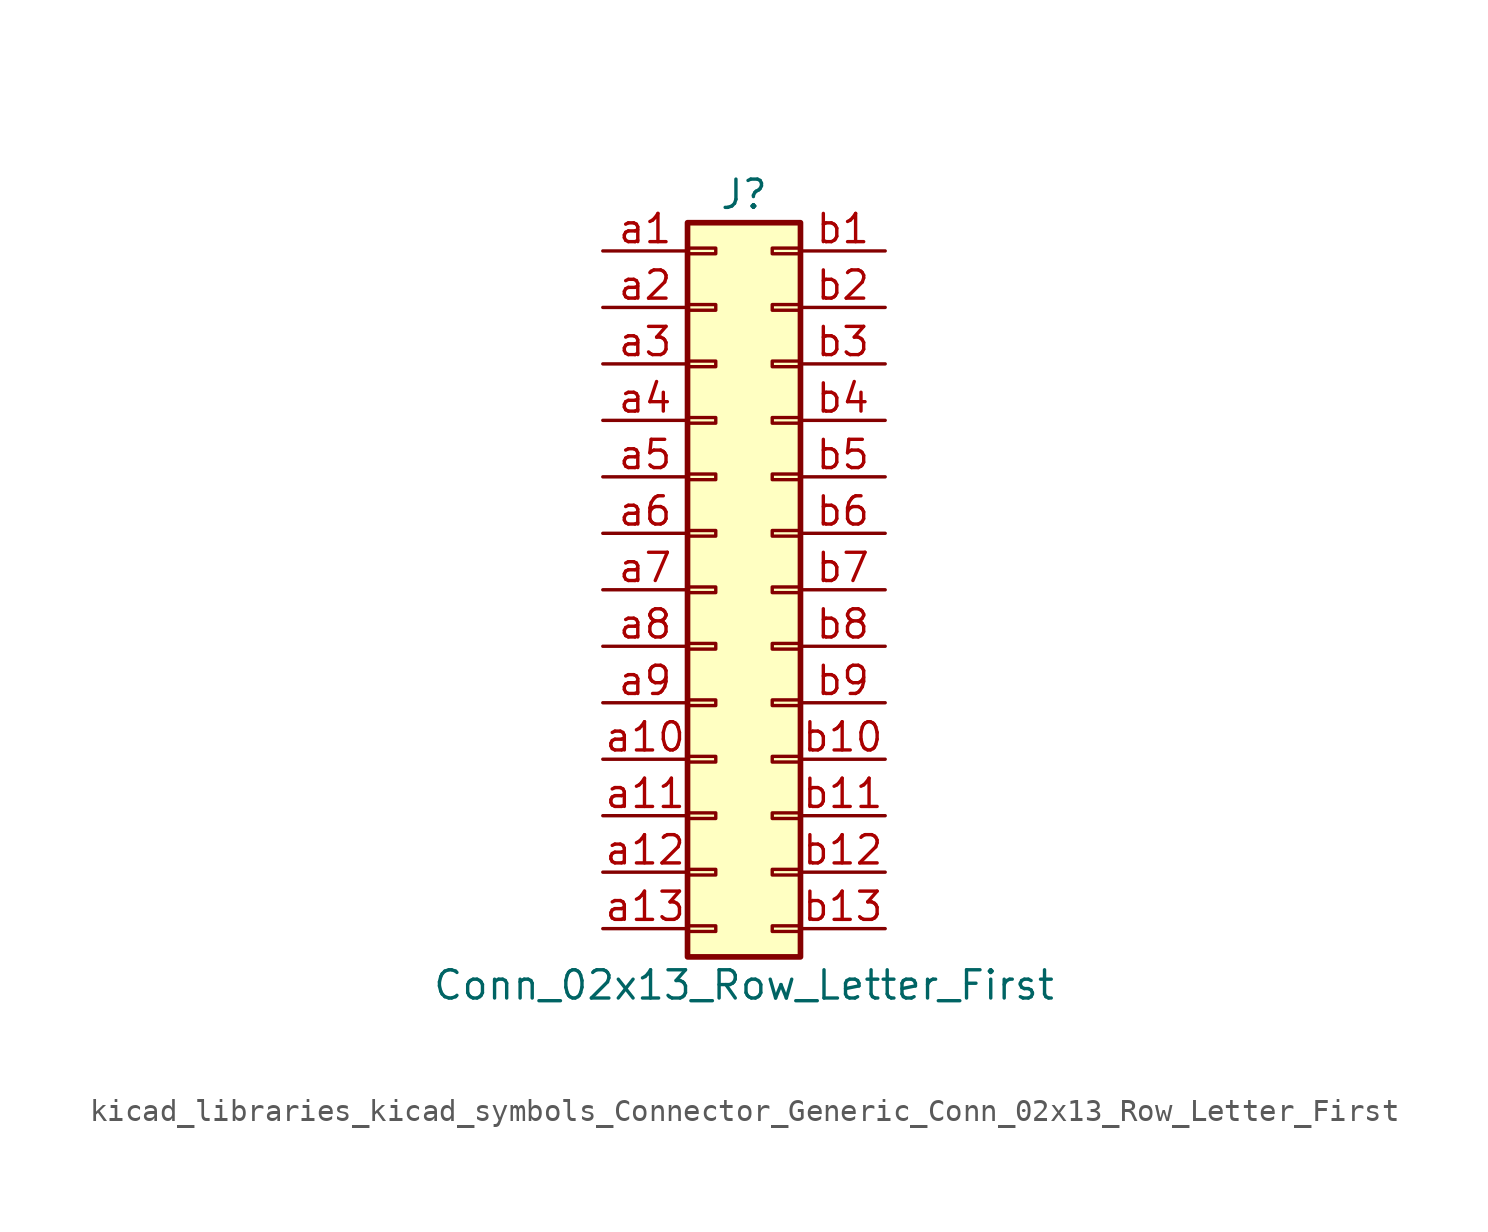
<source format=kicad_sym>
(kicad_symbol_lib
  (version 20220914)
  (generator kicad_symbol_editor)
  (symbol "kicad_libraries_kicad_symbols_Connector_Generic_Conn_02x13_Row_Letter_First"
    (pin_names
      (offset 1.016) hide)
    (property "Reference" "J"
      (at 1.27 17.78 0)
      (effects (font (size 1.27 1.27))))
    (property "Value" "Conn_02x13_Row_Letter_First"
      (at 1.27 -17.78 0)
      (effects (font (size 1.27 1.27))))
    (symbol "kicad_libraries_kicad_symbols_Connector_Generic_Conn_02x13_Row_Letter_First_1_1"
      (rectangle (start -1.27 -15.113) (end 0 -15.367) (stroke (width 0.152) (type default)) (fill (type none)))
      (rectangle (start -1.27 -12.573) (end 0 -12.827) (stroke (width 0.152) (type default)) (fill (type none)))
      (rectangle (start -1.27 -10.033) (end 0 -10.287) (stroke (width 0.152) (type default)) (fill (type none)))
      (rectangle (start -1.27 -7.493) (end 0 -7.747) (stroke (width 0.152) (type default)) (fill (type none)))
      (rectangle (start -1.27 -4.953) (end 0 -5.207) (stroke (width 0.152) (type default)) (fill (type none)))
      (rectangle (start -1.27 -2.413) (end 0 -2.667) (stroke (width 0.152) (type default)) (fill (type none)))
      (rectangle (start -1.27 0.127) (end 0 -0.127) (stroke (width 0.152) (type default)) (fill (type none)))
      (rectangle (start -1.27 2.667) (end 0 2.413) (stroke (width 0.152) (type default)) (fill (type none)))
      (rectangle (start -1.27 5.207) (end 0 4.953) (stroke (width 0.152) (type default)) (fill (type none)))
      (rectangle (start -1.27 7.747) (end 0 7.493) (stroke (width 0.152) (type default)) (fill (type none)))
      (rectangle (start -1.27 10.287) (end 0 10.033) (stroke (width 0.152) (type default)) (fill (type none)))
      (rectangle (start -1.27 12.827) (end 0 12.573) (stroke (width 0.152) (type default)) (fill (type none)))
      (rectangle (start -1.27 15.367) (end 0 15.113) (stroke (width 0.152) (type default)) (fill (type none)))
      (rectangle (start -1.27 16.51) (end 3.81 -16.51) (stroke (width 0.254) (type default)) (fill (type background)))
      (rectangle (start 3.81 -15.113) (end 2.54 -15.367) (stroke (width 0.152) (type default)) (fill (type none)))
      (rectangle (start 3.81 -12.573) (end 2.54 -12.827) (stroke (width 0.152) (type default)) (fill (type none)))
      (rectangle (start 3.81 -10.033) (end 2.54 -10.287) (stroke (width 0.152) (type default)) (fill (type none)))
      (rectangle (start 3.81 -7.493) (end 2.54 -7.747) (stroke (width 0.152) (type default)) (fill (type none)))
      (rectangle (start 3.81 -4.953) (end 2.54 -5.207) (stroke (width 0.152) (type default)) (fill (type none)))
      (rectangle (start 3.81 -2.413) (end 2.54 -2.667) (stroke (width 0.152) (type default)) (fill (type none)))
      (rectangle (start 3.81 0.127) (end 2.54 -0.127) (stroke (width 0.152) (type default)) (fill (type none)))
      (rectangle (start 3.81 2.667) (end 2.54 2.413) (stroke (width 0.152) (type default)) (fill (type none)))
      (rectangle (start 3.81 5.207) (end 2.54 4.953) (stroke (width 0.152) (type default)) (fill (type none)))
      (rectangle (start 3.81 7.747) (end 2.54 7.493) (stroke (width 0.152) (type default)) (fill (type none)))
      (rectangle (start 3.81 10.287) (end 2.54 10.033) (stroke (width 0.152) (type default)) (fill (type none)))
      (rectangle (start 3.81 12.827) (end 2.54 12.573) (stroke (width 0.152) (type default)) (fill (type none)))
      (rectangle (start 3.81 15.367) (end 2.54 15.113) (stroke (width 0.152) (type default)) (fill (type none)))
      (pin passive line (at -5.08 15.24 0) (length 3.81) (name "Pin_a1" (effects (font (size 1.27 1.27)))) (number "a1" (effects (font (size 1.27 1.27)))))
      (pin passive line (at -5.08 -7.62 0) (length 3.81) (name "Pin_a10" (effects (font (size 1.27 1.27)))) (number "a10" (effects (font (size 1.27 1.27)))))
      (pin passive line (at -5.08 -10.16 0) (length 3.81) (name "Pin_a11" (effects (font (size 1.27 1.27)))) (number "a11" (effects (font (size 1.27 1.27)))))
      (pin passive line (at -5.08 -12.7 0) (length 3.81) (name "Pin_a12" (effects (font (size 1.27 1.27)))) (number "a12" (effects (font (size 1.27 1.27)))))
      (pin passive line (at -5.08 -15.24 0) (length 3.81) (name "Pin_a13" (effects (font (size 1.27 1.27)))) (number "a13" (effects (font (size 1.27 1.27)))))
      (pin passive line (at -5.08 12.7 0) (length 3.81) (name "Pin_a2" (effects (font (size 1.27 1.27)))) (number "a2" (effects (font (size 1.27 1.27)))))
      (pin passive line (at -5.08 10.16 0) (length 3.81) (name "Pin_a3" (effects (font (size 1.27 1.27)))) (number "a3" (effects (font (size 1.27 1.27)))))
      (pin passive line (at -5.08 7.62 0) (length 3.81) (name "Pin_a4" (effects (font (size 1.27 1.27)))) (number "a4" (effects (font (size 1.27 1.27)))))
      (pin passive line (at -5.08 5.08 0) (length 3.81) (name "Pin_a5" (effects (font (size 1.27 1.27)))) (number "a5" (effects (font (size 1.27 1.27)))))
      (pin passive line (at -5.08 2.54 0) (length 3.81) (name "Pin_a6" (effects (font (size 1.27 1.27)))) (number "a6" (effects (font (size 1.27 1.27)))))
      (pin passive line (at -5.08 0 0) (length 3.81) (name "Pin_a7" (effects (font (size 1.27 1.27)))) (number "a7" (effects (font (size 1.27 1.27)))))
      (pin passive line (at -5.08 -2.54 0) (length 3.81) (name "Pin_a8" (effects (font (size 1.27 1.27)))) (number "a8" (effects (font (size 1.27 1.27)))))
      (pin passive line (at -5.08 -5.08 0) (length 3.81) (name "Pin_a9" (effects (font (size 1.27 1.27)))) (number "a9" (effects (font (size 1.27 1.27)))))
      (pin passive line (at 7.62 15.24 180) (length 3.81) (name "Pin_b1" (effects (font (size 1.27 1.27)))) (number "b1" (effects (font (size 1.27 1.27)))))
      (pin passive line (at 7.62 -7.62 180) (length 3.81) (name "Pin_b10" (effects (font (size 1.27 1.27)))) (number "b10" (effects (font (size 1.27 1.27)))))
      (pin passive line (at 7.62 -10.16 180) (length 3.81) (name "Pin_b11" (effects (font (size 1.27 1.27)))) (number "b11" (effects (font (size 1.27 1.27)))))
      (pin passive line (at 7.62 -12.7 180) (length 3.81) (name "Pin_b12" (effects (font (size 1.27 1.27)))) (number "b12" (effects (font (size 1.27 1.27)))))
      (pin passive line (at 7.62 -15.24 180) (length 3.81) (name "Pin_b13" (effects (font (size 1.27 1.27)))) (number "b13" (effects (font (size 1.27 1.27)))))
      (pin passive line (at 7.62 12.7 180) (length 3.81) (name "Pin_b2" (effects (font (size 1.27 1.27)))) (number "b2" (effects (font (size 1.27 1.27)))))
      (pin passive line (at 7.62 10.16 180) (length 3.81) (name "Pin_b3" (effects (font (size 1.27 1.27)))) (number "b3" (effects (font (size 1.27 1.27)))))
      (pin passive line (at 7.62 7.62 180) (length 3.81) (name "Pin_b4" (effects (font (size 1.27 1.27)))) (number "b4" (effects (font (size 1.27 1.27)))))
      (pin passive line (at 7.62 5.08 180) (length 3.81) (name "Pin_b5" (effects (font (size 1.27 1.27)))) (number "b5" (effects (font (size 1.27 1.27)))))
      (pin passive line (at 7.62 2.54 180) (length 3.81) (name "Pin_b6" (effects (font (size 1.27 1.27)))) (number "b6" (effects (font (size 1.27 1.27)))))
      (pin passive line (at 7.62 0 180) (length 3.81) (name "Pin_b7" (effects (font (size 1.27 1.27)))) (number "b7" (effects (font (size 1.27 1.27)))))
      (pin passive line (at 7.62 -2.54 180) (length 3.81) (name "Pin_b8" (effects (font (size 1.27 1.27)))) (number "b8" (effects (font (size 1.27 1.27)))))
      (pin passive line (at 7.62 -5.08 180) (length 3.81) (name "Pin_b9" (effects (font (size 1.27 1.27)))) (number "b9" (effects (font (size 1.27 1.27))))))))
</source>
